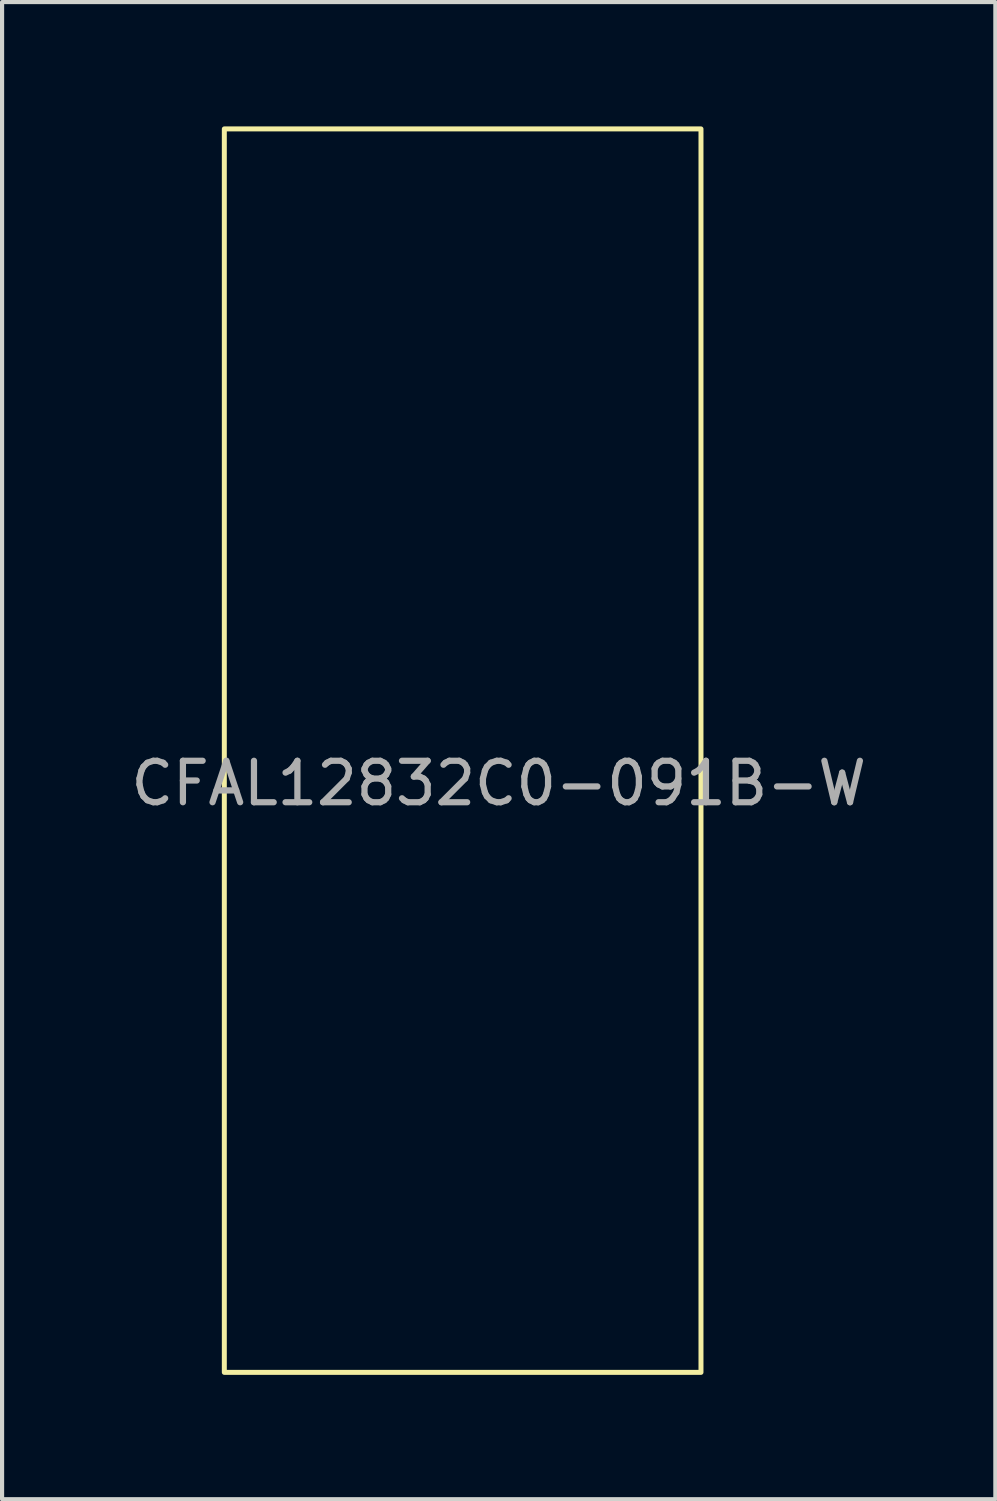
<source format=kicad_pcb>
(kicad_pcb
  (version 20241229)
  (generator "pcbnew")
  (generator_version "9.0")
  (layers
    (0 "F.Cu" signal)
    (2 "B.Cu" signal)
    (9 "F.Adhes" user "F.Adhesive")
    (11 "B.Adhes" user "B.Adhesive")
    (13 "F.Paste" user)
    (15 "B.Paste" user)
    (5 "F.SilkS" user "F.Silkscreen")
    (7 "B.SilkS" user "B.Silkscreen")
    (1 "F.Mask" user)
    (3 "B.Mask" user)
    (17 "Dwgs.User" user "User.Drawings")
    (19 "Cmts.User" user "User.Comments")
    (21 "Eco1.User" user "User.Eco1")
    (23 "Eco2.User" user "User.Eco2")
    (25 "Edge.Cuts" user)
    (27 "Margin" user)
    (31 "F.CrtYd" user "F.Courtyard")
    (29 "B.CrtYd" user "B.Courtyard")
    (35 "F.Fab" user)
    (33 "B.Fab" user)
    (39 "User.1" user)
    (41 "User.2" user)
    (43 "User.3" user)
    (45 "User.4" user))
  (footprint "CFAL12832C0-091B-W"
    (layer "F.Cu")
    (at 8.982 13.35)
    (property "Reference" "CFAL12832C0-091B-W" (at 0 -0.5 0) (unlocked yes) (layer "User.2") (effects (font (size 1 1) (thickness 0.15))))
    (fp_rect (start -6.62 -13.29) (end 4.88 16.71) (stroke (width 0.12) (type default)) (fill no) (layer "F.SilkS"))
    (fp_rect (start -2.79 -11.19) (end 2.79 11.19) (stroke (width 0.12) (type default)) (fill no) (layer "User.9"))
    (fp_text user "${REFERENCE}" (at 0 2.5 0) (unlocked yes) (layer "F.Fab") (effects (font (size 1 1) (thickness 0.15)))))
  (gr_rect
    (start -3 -3)
    (end 20.964 33.12)
    (stroke (width 0.1) (type default))
    (fill no)
    (layer "Edge.Cuts")))
</source>
